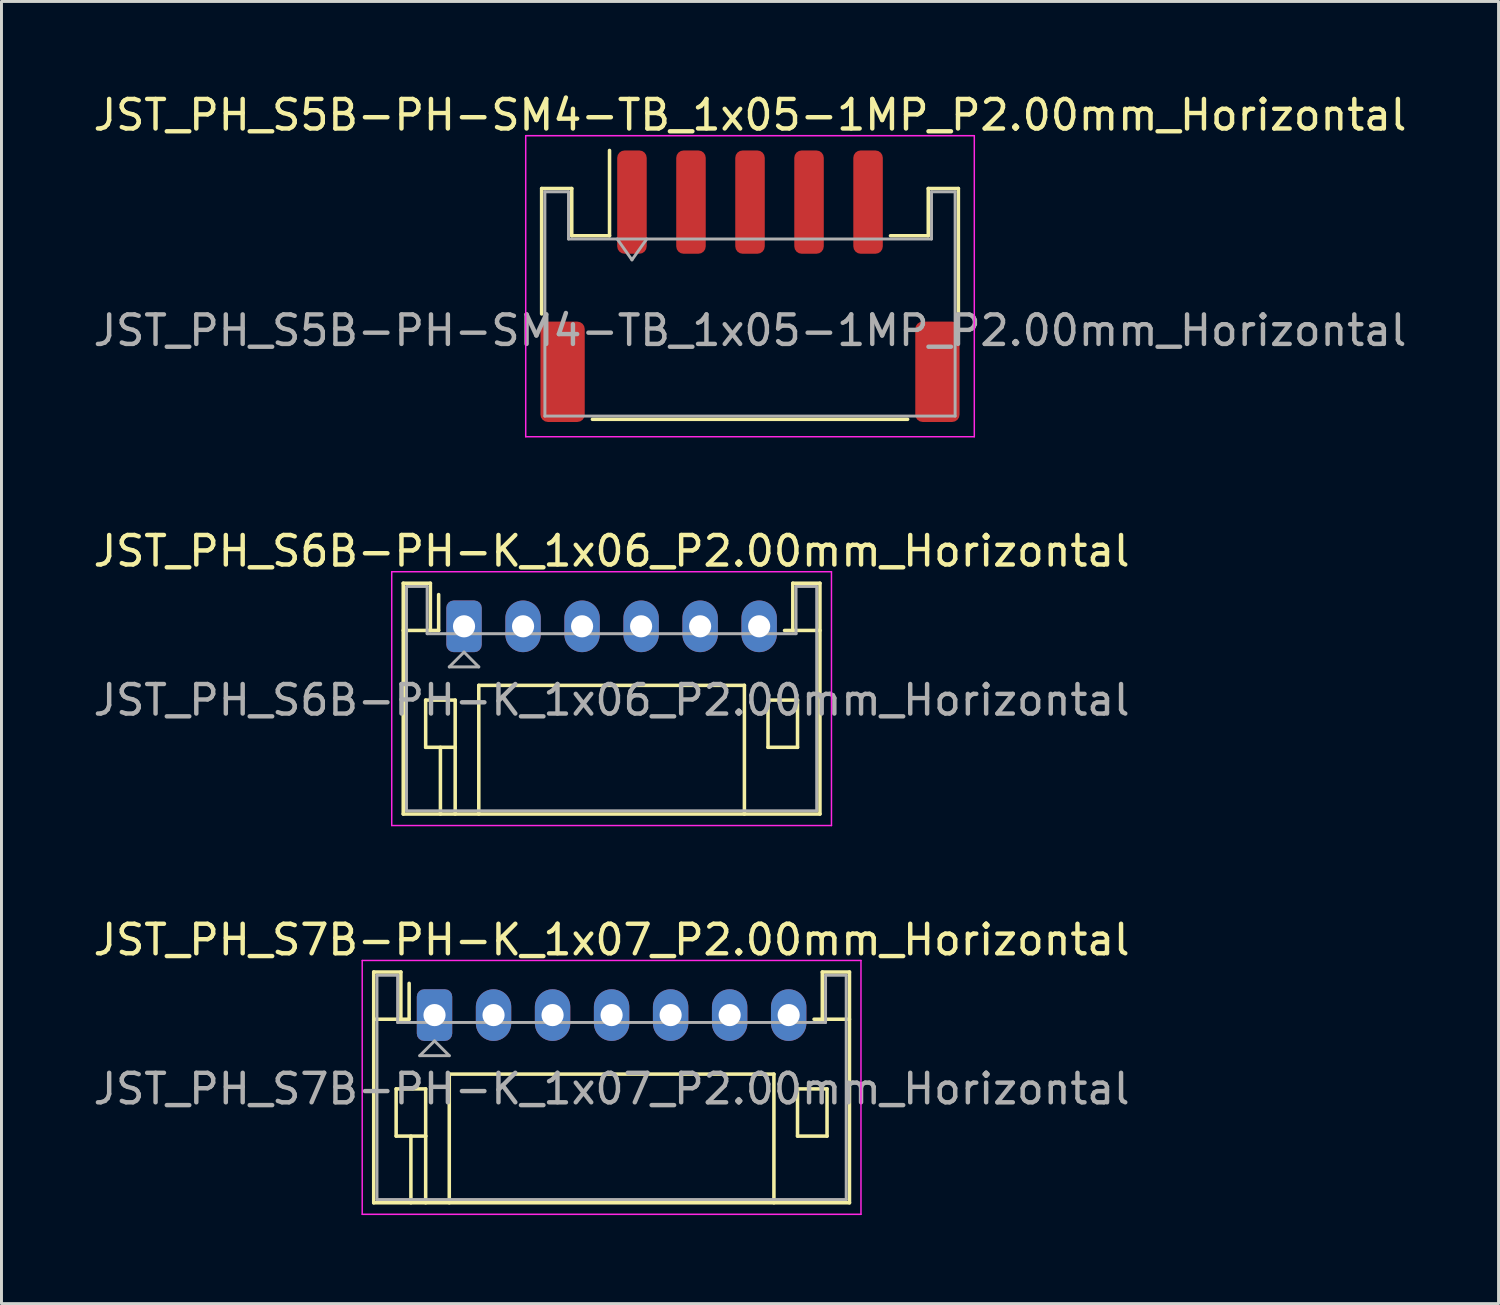
<source format=kicad_pcb>
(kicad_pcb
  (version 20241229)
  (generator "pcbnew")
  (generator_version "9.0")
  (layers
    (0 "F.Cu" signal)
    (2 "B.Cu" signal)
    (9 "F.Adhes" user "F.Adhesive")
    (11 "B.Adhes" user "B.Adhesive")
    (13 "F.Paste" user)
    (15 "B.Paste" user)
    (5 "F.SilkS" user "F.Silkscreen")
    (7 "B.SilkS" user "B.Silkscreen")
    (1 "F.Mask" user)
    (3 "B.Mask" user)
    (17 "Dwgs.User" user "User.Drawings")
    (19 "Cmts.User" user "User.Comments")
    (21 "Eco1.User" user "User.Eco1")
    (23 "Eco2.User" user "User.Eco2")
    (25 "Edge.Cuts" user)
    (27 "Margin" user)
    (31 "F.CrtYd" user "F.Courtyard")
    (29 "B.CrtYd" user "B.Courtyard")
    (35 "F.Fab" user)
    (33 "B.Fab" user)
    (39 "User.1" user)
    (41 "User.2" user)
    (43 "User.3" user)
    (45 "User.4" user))
  (footprint "JST_PH_S6B-PH-K_1x06_P2.00mm_Horizontal"
    (layer "F.Cu")
    (at 12.673 18.172)
    (property "Reference" "JST_PH_S6B-PH-K_1x06_P2.00mm_Horizontal" (at 5 -2.55 0) (layer "F.SilkS") (effects (font (size 1 1) (thickness 0.15))))
    (attr through_hole)
    (fp_line (start -2.06 -1.46) (end -2.06 6.36) (stroke (width 0.12) (type solid)) (layer "F.SilkS"))
    (fp_line (start -2.06 0.14) (end -1.14 0.14) (stroke (width 0.12) (type solid)) (layer "F.SilkS"))
    (fp_line (start -2.06 6.36) (end 12.06 6.36) (stroke (width 0.12) (type solid)) (layer "F.SilkS"))
    (fp_line (start -1.3 2.5) (end -1.3 4.1) (stroke (width 0.12) (type solid)) (layer "F.SilkS"))
    (fp_line (start -1.3 4.1) (end -0.3 4.1) (stroke (width 0.12) (type solid)) (layer "F.SilkS"))
    (fp_line (start -1.14 -1.46) (end -2.06 -1.46) (stroke (width 0.12) (type solid)) (layer "F.SilkS"))
    (fp_line (start -1.14 0.14) (end -1.14 -1.46) (stroke (width 0.12) (type solid)) (layer "F.SilkS"))
    (fp_line (start -0.86 0.14) (end -1.14 0.14) (stroke (width 0.12) (type solid)) (layer "F.SilkS"))
    (fp_line (start -0.86 0.14) (end -0.86 -1.075) (stroke (width 0.12) (type solid)) (layer "F.SilkS"))
    (fp_line (start -0.8 4.1) (end -0.8 6.36) (stroke (width 0.12) (type solid)) (layer "F.SilkS"))
    (fp_line (start -0.3 2.5) (end -1.3 2.5) (stroke (width 0.12) (type solid)) (layer "F.SilkS"))
    (fp_line (start -0.3 4.1) (end -0.3 2.5) (stroke (width 0.12) (type solid)) (layer "F.SilkS"))
    (fp_line (start -0.3 4.1) (end -0.3 6.36) (stroke (width 0.12) (type solid)) (layer "F.SilkS"))
    (fp_line (start 0.5 2) (end 9.5 2) (stroke (width 0.12) (type solid)) (layer "F.SilkS"))
    (fp_line (start 0.5 6.36) (end 0.5 2) (stroke (width 0.12) (type solid)) (layer "F.SilkS"))
    (fp_line (start 9.5 2) (end 9.5 6.36) (stroke (width 0.12) (type solid)) (layer "F.SilkS"))
    (fp_line (start 10.3 2.5) (end 11.3 2.5) (stroke (width 0.12) (type solid)) (layer "F.SilkS"))
    (fp_line (start 10.3 4.1) (end 10.3 2.5) (stroke (width 0.12) (type solid)) (layer "F.SilkS"))
    (fp_line (start 11.14 -1.46) (end 11.14 0.14) (stroke (width 0.12) (type solid)) (layer "F.SilkS"))
    (fp_line (start 11.14 0.14) (end 10.86 0.14) (stroke (width 0.12) (type solid)) (layer "F.SilkS"))
    (fp_line (start 11.3 2.5) (end 11.3 4.1) (stroke (width 0.12) (type solid)) (layer "F.SilkS"))
    (fp_line (start 11.3 4.1) (end 10.3 4.1) (stroke (width 0.12) (type solid)) (layer "F.SilkS"))
    (fp_line (start 12.06 -1.46) (end 11.14 -1.46) (stroke (width 0.12) (type solid)) (layer "F.SilkS"))
    (fp_line (start 12.06 0.14) (end 11.14 0.14) (stroke (width 0.12) (type solid)) (layer "F.SilkS"))
    (fp_line (start 12.06 6.36) (end 12.06 -1.46) (stroke (width 0.12) (type solid)) (layer "F.SilkS"))
    (fp_line (start -2.45 -1.85) (end -2.45 6.75) (stroke (width 0.05) (type solid)) (layer "F.CrtYd"))
    (fp_line (start -2.45 6.75) (end 12.45 6.75) (stroke (width 0.05) (type solid)) (layer "F.CrtYd"))
    (fp_line (start 12.45 -1.85) (end -2.45 -1.85) (stroke (width 0.05) (type solid)) (layer "F.CrtYd"))
    (fp_line (start 12.45 6.75) (end 12.45 -1.85) (stroke (width 0.05) (type solid)) (layer "F.CrtYd"))
    (fp_line (start -1.95 -1.35) (end -1.95 6.25) (stroke (width 0.1) (type solid)) (layer "F.Fab"))
    (fp_line (start -1.95 6.25) (end 11.95 6.25) (stroke (width 0.1) (type solid)) (layer "F.Fab"))
    (fp_line (start -1.25 -1.35) (end -1.95 -1.35) (stroke (width 0.1) (type solid)) (layer "F.Fab"))
    (fp_line (start -1.25 0.25) (end -1.25 -1.35) (stroke (width 0.1) (type solid)) (layer "F.Fab"))
    (fp_line (start -0.5 1.375) (end 0.5 1.375) (stroke (width 0.1) (type solid)) (layer "F.Fab"))
    (fp_line (start 0 0.875) (end -0.5 1.375) (stroke (width 0.1) (type solid)) (layer "F.Fab"))
    (fp_line (start 0.5 1.375) (end 0 0.875) (stroke (width 0.1) (type solid)) (layer "F.Fab"))
    (fp_line (start 11.25 -1.35) (end 11.25 0.25) (stroke (width 0.1) (type solid)) (layer "F.Fab"))
    (fp_line (start 11.25 0.25) (end -1.25 0.25) (stroke (width 0.1) (type solid)) (layer "F.Fab"))
    (fp_line (start 11.95 -1.35) (end 11.25 -1.35) (stroke (width 0.1) (type solid)) (layer "F.Fab"))
    (fp_line (start 11.95 6.25) (end 11.95 -1.35) (stroke (width 0.1) (type solid)) (layer "F.Fab"))
    (fp_text user "${REFERENCE}" (at 5 2.5 0) (layer "F.Fab") (effects (font (size 1 1) (thickness 0.15))))
    (pad "1" thru_hole roundrect (at 0 0) (size 1.2 1.75) (drill 0.75) (layers "*.Cu" "*.Mask") (roundrect_rratio 0.208))
    (pad "2" thru_hole oval (at 2 0) (size 1.2 1.75) (drill 0.75) (layers "*.Cu" "*.Mask"))
    (pad "3" thru_hole oval (at 4 0) (size 1.2 1.75) (drill 0.75) (layers "*.Cu" "*.Mask"))
    (pad "4" thru_hole oval (at 6 0) (size 1.2 1.75) (drill 0.75) (layers "*.Cu" "*.Mask"))
    (pad "5" thru_hole oval (at 8 0) (size 1.2 1.75) (drill 0.75) (layers "*.Cu" "*.Mask"))
    (pad "6" thru_hole oval (at 10 0) (size 1.2 1.75) (drill 0.75) (layers "*.Cu" "*.Mask")))
  (footprint "JST_PH_S5B-PH-SM4-TB_1x05-1MP_P2.00mm_Horizontal"
    (layer "F.Cu")
    (at 22.363 6.648)
    (property "Reference" "JST_PH_S5B-PH-SM4-TB_1x05-1MP_P2.00mm_Horizontal" (at 0 -5.8 0) (layer "F.SilkS") (effects (font (size 1 1) (thickness 0.15))))
    (attr smd)
    (fp_line (start -7.06 -3.31) (end -6.04 -3.31) (stroke (width 0.12) (type solid)) (layer "F.SilkS"))
    (fp_line (start -7.06 0.94) (end -7.06 -3.31) (stroke (width 0.12) (type solid)) (layer "F.SilkS"))
    (fp_line (start -6.04 -3.31) (end -6.04 -1.71) (stroke (width 0.12) (type solid)) (layer "F.SilkS"))
    (fp_line (start -6.04 -1.71) (end -4.76 -1.71) (stroke (width 0.12) (type solid)) (layer "F.SilkS"))
    (fp_line (start -5.34 4.51) (end 5.34 4.51) (stroke (width 0.12) (type solid)) (layer "F.SilkS"))
    (fp_line (start -4.76 -1.71) (end -4.76 -4.6) (stroke (width 0.12) (type solid)) (layer "F.SilkS"))
    (fp_line (start 6.04 -3.31) (end 6.04 -1.71) (stroke (width 0.12) (type solid)) (layer "F.SilkS"))
    (fp_line (start 6.04 -1.71) (end 4.76 -1.71) (stroke (width 0.12) (type solid)) (layer "F.SilkS"))
    (fp_line (start 7.06 -3.31) (end 6.04 -3.31) (stroke (width 0.12) (type solid)) (layer "F.SilkS"))
    (fp_line (start 7.06 0.94) (end 7.06 -3.31) (stroke (width 0.12) (type solid)) (layer "F.SilkS"))
    (fp_line (start -7.6 -5.1) (end -7.6 5.1) (stroke (width 0.05) (type solid)) (layer "F.CrtYd"))
    (fp_line (start -7.6 5.1) (end 7.6 5.1) (stroke (width 0.05) (type solid)) (layer "F.CrtYd"))
    (fp_line (start 7.6 -5.1) (end -7.6 -5.1) (stroke (width 0.05) (type solid)) (layer "F.CrtYd"))
    (fp_line (start 7.6 5.1) (end 7.6 -5.1) (stroke (width 0.05) (type solid)) (layer "F.CrtYd"))
    (fp_line (start -6.95 -3.2) (end -6.95 4.4) (stroke (width 0.1) (type solid)) (layer "F.Fab"))
    (fp_line (start -6.95 -3.2) (end -6.15 -3.2) (stroke (width 0.1) (type solid)) (layer "F.Fab"))
    (fp_line (start -6.95 4.4) (end 6.95 4.4) (stroke (width 0.1) (type solid)) (layer "F.Fab"))
    (fp_line (start -6.15 -3.2) (end -6.15 -1.6) (stroke (width 0.1) (type solid)) (layer "F.Fab"))
    (fp_line (start -6.15 -1.6) (end 6.15 -1.6) (stroke (width 0.1) (type solid)) (layer "F.Fab"))
    (fp_line (start -4.5 -1.6) (end -4 -0.893) (stroke (width 0.1) (type solid)) (layer "F.Fab"))
    (fp_line (start -4 -0.893) (end -3.5 -1.6) (stroke (width 0.1) (type solid)) (layer "F.Fab"))
    (fp_line (start 6.15 -3.2) (end 6.95 -3.2) (stroke (width 0.1) (type solid)) (layer "F.Fab"))
    (fp_line (start 6.15 -1.6) (end 6.15 -3.2) (stroke (width 0.1) (type solid)) (layer "F.Fab"))
    (fp_line (start 6.95 -3.2) (end 6.95 4.4) (stroke (width 0.1) (type solid)) (layer "F.Fab"))
    (fp_text user "${REFERENCE}" (at 0 1.5 0) (layer "F.Fab") (effects (font (size 1 1) (thickness 0.15))))
    (pad "1" smd roundrect (at -4 -2.85) (size 1 3.5) (layers "F.Cu" "F.Mask" "F.Paste") (roundrect_rratio 0.25))
    (pad "2" smd roundrect (at -2 -2.85) (size 1 3.5) (layers "F.Cu" "F.Mask" "F.Paste") (roundrect_rratio 0.25))
    (pad "3" smd roundrect (at 0 -2.85) (size 1 3.5) (layers "F.Cu" "F.Mask" "F.Paste") (roundrect_rratio 0.25))
    (pad "4" smd roundrect (at 2 -2.85) (size 1 3.5) (layers "F.Cu" "F.Mask" "F.Paste") (roundrect_rratio 0.25))
    (pad "5" smd roundrect (at 4 -2.85) (size 1 3.5) (layers "F.Cu" "F.Mask" "F.Paste") (roundrect_rratio 0.25))
    (pad "MP" smd roundrect (at -6.35 2.9) (size 1.5 3.4) (layers "F.Cu" "F.Mask" "F.Paste") (roundrect_rratio 0.167))
    (pad "MP" smd roundrect (at 6.35 2.9) (size 1.5 3.4) (layers "F.Cu" "F.Mask" "F.Paste") (roundrect_rratio 0.167)))
  (footprint "JST_PH_S7B-PH-K_1x07_P2.00mm_Horizontal"
    (layer "F.Cu")
    (at 11.673 31.345)
    (property "Reference" "JST_PH_S7B-PH-K_1x07_P2.00mm_Horizontal" (at 6 -2.55 0) (layer "F.SilkS") (effects (font (size 1 1) (thickness 0.15))))
    (attr through_hole)
    (fp_line (start -2.06 -1.46) (end -2.06 6.36) (stroke (width 0.12) (type solid)) (layer "F.SilkS"))
    (fp_line (start -2.06 0.14) (end -1.14 0.14) (stroke (width 0.12) (type solid)) (layer "F.SilkS"))
    (fp_line (start -2.06 6.36) (end 14.06 6.36) (stroke (width 0.12) (type solid)) (layer "F.SilkS"))
    (fp_line (start -1.3 2.5) (end -1.3 4.1) (stroke (width 0.12) (type solid)) (layer "F.SilkS"))
    (fp_line (start -1.3 4.1) (end -0.3 4.1) (stroke (width 0.12) (type solid)) (layer "F.SilkS"))
    (fp_line (start -1.14 -1.46) (end -2.06 -1.46) (stroke (width 0.12) (type solid)) (layer "F.SilkS"))
    (fp_line (start -1.14 0.14) (end -1.14 -1.46) (stroke (width 0.12) (type solid)) (layer "F.SilkS"))
    (fp_line (start -0.86 0.14) (end -1.14 0.14) (stroke (width 0.12) (type solid)) (layer "F.SilkS"))
    (fp_line (start -0.86 0.14) (end -0.86 -1.075) (stroke (width 0.12) (type solid)) (layer "F.SilkS"))
    (fp_line (start -0.8 4.1) (end -0.8 6.36) (stroke (width 0.12) (type solid)) (layer "F.SilkS"))
    (fp_line (start -0.3 2.5) (end -1.3 2.5) (stroke (width 0.12) (type solid)) (layer "F.SilkS"))
    (fp_line (start -0.3 4.1) (end -0.3 2.5) (stroke (width 0.12) (type solid)) (layer "F.SilkS"))
    (fp_line (start -0.3 4.1) (end -0.3 6.36) (stroke (width 0.12) (type solid)) (layer "F.SilkS"))
    (fp_line (start 0.5 2) (end 11.5 2) (stroke (width 0.12) (type solid)) (layer "F.SilkS"))
    (fp_line (start 0.5 6.36) (end 0.5 2) (stroke (width 0.12) (type solid)) (layer "F.SilkS"))
    (fp_line (start 11.5 2) (end 11.5 6.36) (stroke (width 0.12) (type solid)) (layer "F.SilkS"))
    (fp_line (start 12.3 2.5) (end 13.3 2.5) (stroke (width 0.12) (type solid)) (layer "F.SilkS"))
    (fp_line (start 12.3 4.1) (end 12.3 2.5) (stroke (width 0.12) (type solid)) (layer "F.SilkS"))
    (fp_line (start 13.14 -1.46) (end 13.14 0.14) (stroke (width 0.12) (type solid)) (layer "F.SilkS"))
    (fp_line (start 13.14 0.14) (end 12.86 0.14) (stroke (width 0.12) (type solid)) (layer "F.SilkS"))
    (fp_line (start 13.3 2.5) (end 13.3 4.1) (stroke (width 0.12) (type solid)) (layer "F.SilkS"))
    (fp_line (start 13.3 4.1) (end 12.3 4.1) (stroke (width 0.12) (type solid)) (layer "F.SilkS"))
    (fp_line (start 14.06 -1.46) (end 13.14 -1.46) (stroke (width 0.12) (type solid)) (layer "F.SilkS"))
    (fp_line (start 14.06 0.14) (end 13.14 0.14) (stroke (width 0.12) (type solid)) (layer "F.SilkS"))
    (fp_line (start 14.06 6.36) (end 14.06 -1.46) (stroke (width 0.12) (type solid)) (layer "F.SilkS"))
    (fp_line (start -2.45 -1.85) (end -2.45 6.75) (stroke (width 0.05) (type solid)) (layer "F.CrtYd"))
    (fp_line (start -2.45 6.75) (end 14.45 6.75) (stroke (width 0.05) (type solid)) (layer "F.CrtYd"))
    (fp_line (start 14.45 -1.85) (end -2.45 -1.85) (stroke (width 0.05) (type solid)) (layer "F.CrtYd"))
    (fp_line (start 14.45 6.75) (end 14.45 -1.85) (stroke (width 0.05) (type solid)) (layer "F.CrtYd"))
    (fp_line (start -1.95 -1.35) (end -1.95 6.25) (stroke (width 0.1) (type solid)) (layer "F.Fab"))
    (fp_line (start -1.95 6.25) (end 13.95 6.25) (stroke (width 0.1) (type solid)) (layer "F.Fab"))
    (fp_line (start -1.25 -1.35) (end -1.95 -1.35) (stroke (width 0.1) (type solid)) (layer "F.Fab"))
    (fp_line (start -1.25 0.25) (end -1.25 -1.35) (stroke (width 0.1) (type solid)) (layer "F.Fab"))
    (fp_line (start -0.5 1.375) (end 0.5 1.375) (stroke (width 0.1) (type solid)) (layer "F.Fab"))
    (fp_line (start 0 0.875) (end -0.5 1.375) (stroke (width 0.1) (type solid)) (layer "F.Fab"))
    (fp_line (start 0.5 1.375) (end 0 0.875) (stroke (width 0.1) (type solid)) (layer "F.Fab"))
    (fp_line (start 13.25 -1.35) (end 13.25 0.25) (stroke (width 0.1) (type solid)) (layer "F.Fab"))
    (fp_line (start 13.25 0.25) (end -1.25 0.25) (stroke (width 0.1) (type solid)) (layer "F.Fab"))
    (fp_line (start 13.95 -1.35) (end 13.25 -1.35) (stroke (width 0.1) (type solid)) (layer "F.Fab"))
    (fp_line (start 13.95 6.25) (end 13.95 -1.35) (stroke (width 0.1) (type solid)) (layer "F.Fab"))
    (fp_text user "${REFERENCE}" (at 6 2.5 0) (layer "F.Fab") (effects (font (size 1 1) (thickness 0.15))))
    (pad "1" thru_hole roundrect (at 0 0) (size 1.2 1.75) (drill 0.75) (layers "*.Cu" "*.Mask") (roundrect_rratio 0.208))
    (pad "2" thru_hole oval (at 2 0) (size 1.2 1.75) (drill 0.75) (layers "*.Cu" "*.Mask"))
    (pad "3" thru_hole oval (at 4 0) (size 1.2 1.75) (drill 0.75) (layers "*.Cu" "*.Mask"))
    (pad "4" thru_hole oval (at 6 0) (size 1.2 1.75) (drill 0.75) (layers "*.Cu" "*.Mask"))
    (pad "5" thru_hole oval (at 8 0) (size 1.2 1.75) (drill 0.75) (layers "*.Cu" "*.Mask"))
    (pad "6" thru_hole oval (at 10 0) (size 1.2 1.75) (drill 0.75) (layers "*.Cu" "*.Mask"))
    (pad "7" thru_hole oval (at 12 0) (size 1.2 1.75) (drill 0.75) (layers "*.Cu" "*.Mask")))
  (gr_rect
    (start -3 -3)
    (end 47.726 41.12)
    (stroke (width 0.1) (type default))
    (fill no)
    (layer "Edge.Cuts")))
</source>
